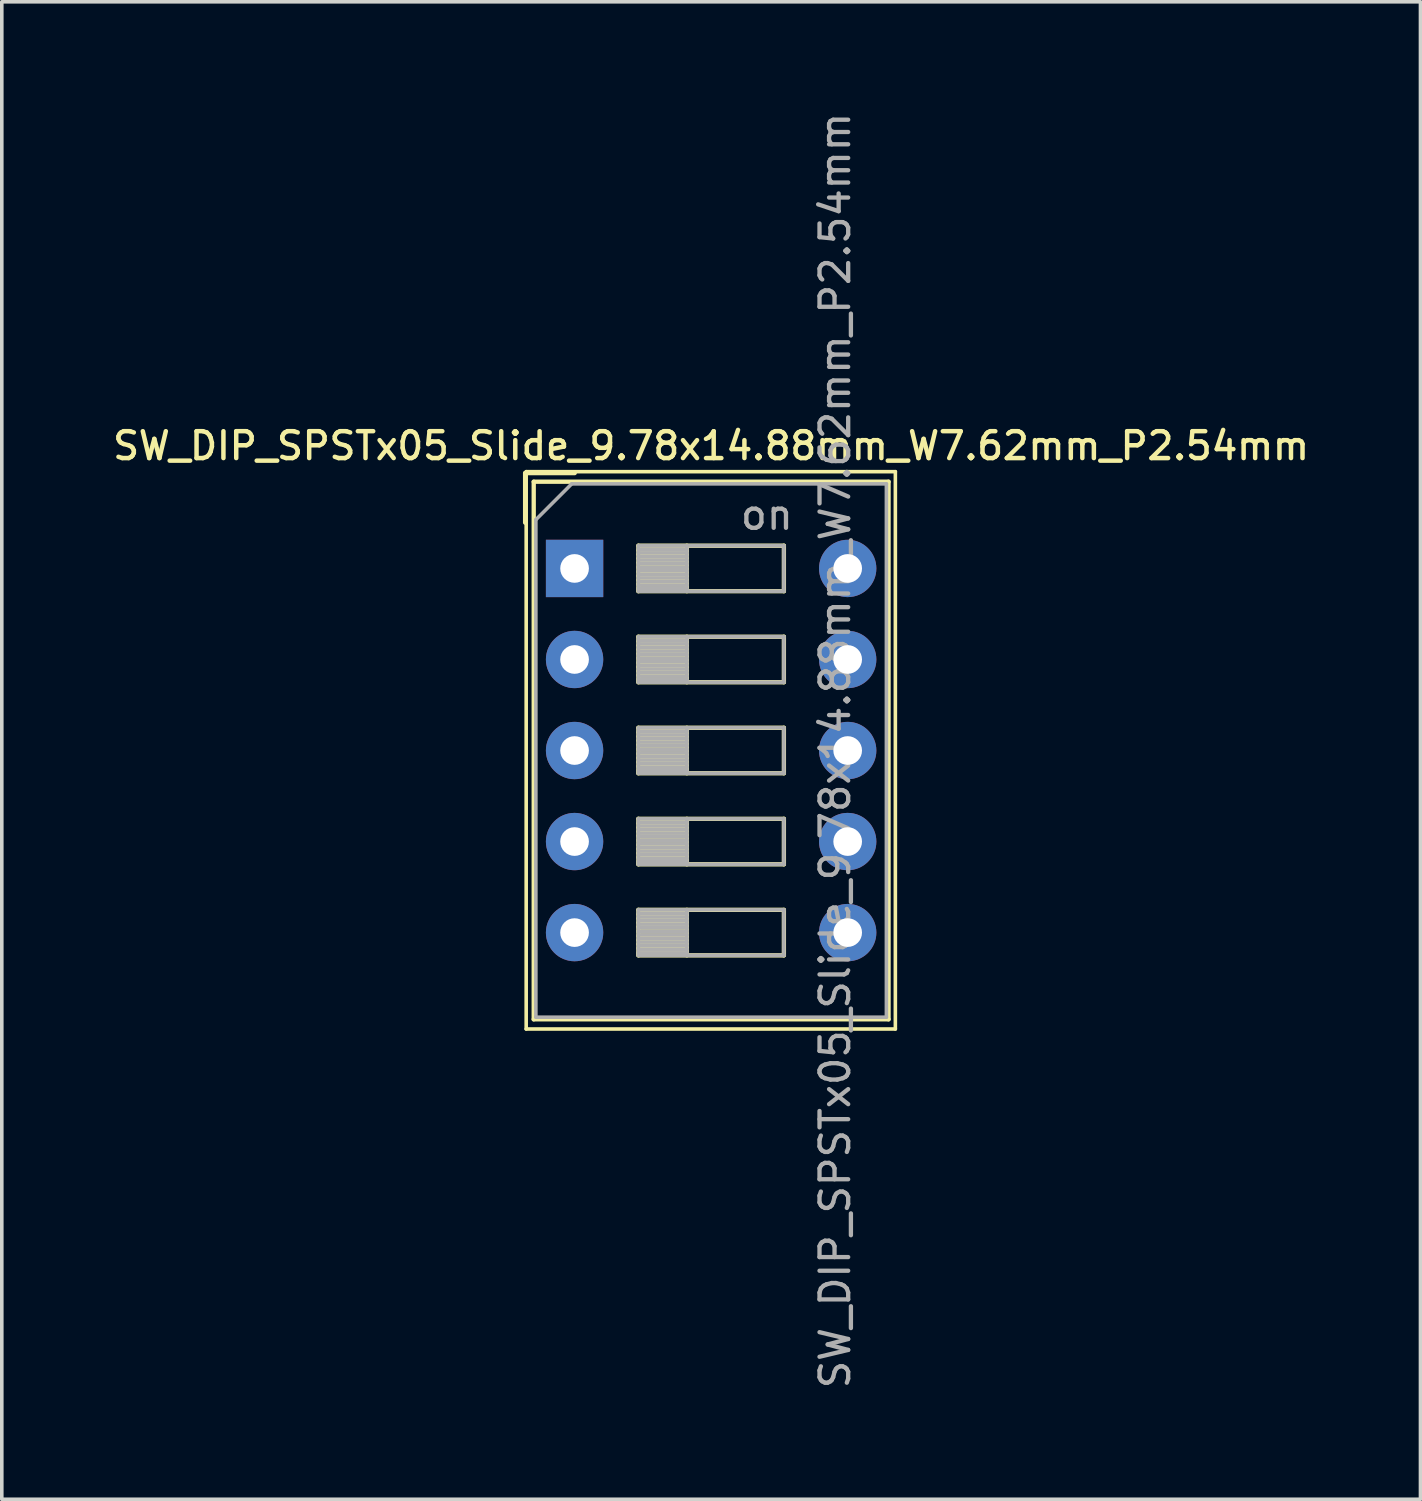
<source format=kicad_pcb>
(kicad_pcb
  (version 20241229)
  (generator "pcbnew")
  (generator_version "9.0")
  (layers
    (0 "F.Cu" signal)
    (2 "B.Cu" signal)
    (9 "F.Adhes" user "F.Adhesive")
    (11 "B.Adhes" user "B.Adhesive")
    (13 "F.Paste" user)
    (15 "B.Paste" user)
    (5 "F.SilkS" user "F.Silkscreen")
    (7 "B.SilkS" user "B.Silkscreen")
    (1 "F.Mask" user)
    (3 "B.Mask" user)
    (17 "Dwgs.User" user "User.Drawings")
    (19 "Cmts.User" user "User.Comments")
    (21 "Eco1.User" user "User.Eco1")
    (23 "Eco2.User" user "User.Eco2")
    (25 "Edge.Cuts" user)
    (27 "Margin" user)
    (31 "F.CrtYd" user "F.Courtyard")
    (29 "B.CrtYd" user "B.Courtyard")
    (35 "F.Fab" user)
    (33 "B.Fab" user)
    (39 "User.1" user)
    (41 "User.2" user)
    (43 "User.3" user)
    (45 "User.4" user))
  (footprint "SW_DIP_SPSTx05_Slide_9.78x14.88mm_W7.62mm_P2.54mm"
    (layer "F.Cu")
    (at 12.981 12.81)
    (property "Reference" "SW_DIP_SPSTx05_Slide_9.78x14.88mm_W7.62mm_P2.54mm" (at 3.81 -3.42 0) (layer "F.SilkS") (effects (font (size 0.75 0.75) (thickness 0.125))))
    (attr through_hole)
    (fp_line (start -1.38 -2.66) (end -1.38 -1.277) (stroke (width 0.12) (type solid)) (layer "F.SilkS"))
    (fp_line (start -1.38 -2.66) (end 0.004 -2.66) (stroke (width 0.12) (type solid)) (layer "F.SilkS"))
    (fp_line (start -1.35 -2.7) (end -1.35 12.85) (stroke (width 0.1) (type solid)) (layer "F.SilkS"))
    (fp_line (start -1.35 12.85) (end 8.95 12.85) (stroke (width 0.1) (type solid)) (layer "F.SilkS"))
    (fp_line (start -1.14 -2.42) (end -1.14 12.58) (stroke (width 0.12) (type solid)) (layer "F.SilkS"))
    (fp_line (start -1.14 -2.42) (end 8.76 -2.42) (stroke (width 0.12) (type solid)) (layer "F.SilkS"))
    (fp_line (start -1.14 12.58) (end 8.76 12.58) (stroke (width 0.12) (type solid)) (layer "F.SilkS"))
    (fp_line (start 1.78 -0.635) (end 1.78 0.635) (stroke (width 0.12) (type solid)) (layer "F.SilkS"))
    (fp_line (start 1.78 -0.515) (end 3.133 -0.515) (stroke (width 0.12) (type solid)) (layer "F.SilkS"))
    (fp_line (start 1.78 -0.395) (end 3.133 -0.395) (stroke (width 0.12) (type solid)) (layer "F.SilkS"))
    (fp_line (start 1.78 -0.275) (end 3.133 -0.275) (stroke (width 0.12) (type solid)) (layer "F.SilkS"))
    (fp_line (start 1.78 -0.155) (end 3.133 -0.155) (stroke (width 0.12) (type solid)) (layer "F.SilkS"))
    (fp_line (start 1.78 -0.035) (end 3.133 -0.035) (stroke (width 0.12) (type solid)) (layer "F.SilkS"))
    (fp_line (start 1.78 0.085) (end 3.133 0.085) (stroke (width 0.12) (type solid)) (layer "F.SilkS"))
    (fp_line (start 1.78 0.205) (end 3.133 0.205) (stroke (width 0.12) (type solid)) (layer "F.SilkS"))
    (fp_line (start 1.78 0.325) (end 3.133 0.325) (stroke (width 0.12) (type solid)) (layer "F.SilkS"))
    (fp_line (start 1.78 0.445) (end 3.133 0.445) (stroke (width 0.12) (type solid)) (layer "F.SilkS"))
    (fp_line (start 1.78 0.565) (end 3.133 0.565) (stroke (width 0.12) (type solid)) (layer "F.SilkS"))
    (fp_line (start 1.78 0.635) (end 5.84 0.635) (stroke (width 0.12) (type solid)) (layer "F.SilkS"))
    (fp_line (start 1.78 1.905) (end 1.78 3.175) (stroke (width 0.12) (type solid)) (layer "F.SilkS"))
    (fp_line (start 1.78 2.025) (end 3.133 2.025) (stroke (width 0.12) (type solid)) (layer "F.SilkS"))
    (fp_line (start 1.78 2.145) (end 3.133 2.145) (stroke (width 0.12) (type solid)) (layer "F.SilkS"))
    (fp_line (start 1.78 2.265) (end 3.133 2.265) (stroke (width 0.12) (type solid)) (layer "F.SilkS"))
    (fp_line (start 1.78 2.385) (end 3.133 2.385) (stroke (width 0.12) (type solid)) (layer "F.SilkS"))
    (fp_line (start 1.78 2.505) (end 3.133 2.505) (stroke (width 0.12) (type solid)) (layer "F.SilkS"))
    (fp_line (start 1.78 2.625) (end 3.133 2.625) (stroke (width 0.12) (type solid)) (layer "F.SilkS"))
    (fp_line (start 1.78 2.745) (end 3.133 2.745) (stroke (width 0.12) (type solid)) (layer "F.SilkS"))
    (fp_line (start 1.78 2.865) (end 3.133 2.865) (stroke (width 0.12) (type solid)) (layer "F.SilkS"))
    (fp_line (start 1.78 2.985) (end 3.133 2.985) (stroke (width 0.12) (type solid)) (layer "F.SilkS"))
    (fp_line (start 1.78 3.105) (end 3.133 3.105) (stroke (width 0.12) (type solid)) (layer "F.SilkS"))
    (fp_line (start 1.78 3.175) (end 5.84 3.175) (stroke (width 0.12) (type solid)) (layer "F.SilkS"))
    (fp_line (start 1.78 4.445) (end 1.78 5.715) (stroke (width 0.12) (type solid)) (layer "F.SilkS"))
    (fp_line (start 1.78 4.565) (end 3.133 4.565) (stroke (width 0.12) (type solid)) (layer "F.SilkS"))
    (fp_line (start 1.78 4.685) (end 3.133 4.685) (stroke (width 0.12) (type solid)) (layer "F.SilkS"))
    (fp_line (start 1.78 4.805) (end 3.133 4.805) (stroke (width 0.12) (type solid)) (layer "F.SilkS"))
    (fp_line (start 1.78 4.925) (end 3.133 4.925) (stroke (width 0.12) (type solid)) (layer "F.SilkS"))
    (fp_line (start 1.78 5.045) (end 3.133 5.045) (stroke (width 0.12) (type solid)) (layer "F.SilkS"))
    (fp_line (start 1.78 5.165) (end 3.133 5.165) (stroke (width 0.12) (type solid)) (layer "F.SilkS"))
    (fp_line (start 1.78 5.285) (end 3.133 5.285) (stroke (width 0.12) (type solid)) (layer "F.SilkS"))
    (fp_line (start 1.78 5.405) (end 3.133 5.405) (stroke (width 0.12) (type solid)) (layer "F.SilkS"))
    (fp_line (start 1.78 5.525) (end 3.133 5.525) (stroke (width 0.12) (type solid)) (layer "F.SilkS"))
    (fp_line (start 1.78 5.645) (end 3.133 5.645) (stroke (width 0.12) (type solid)) (layer "F.SilkS"))
    (fp_line (start 1.78 5.715) (end 5.84 5.715) (stroke (width 0.12) (type solid)) (layer "F.SilkS"))
    (fp_line (start 1.78 6.985) (end 1.78 8.255) (stroke (width 0.12) (type solid)) (layer "F.SilkS"))
    (fp_line (start 1.78 7.105) (end 3.133 7.105) (stroke (width 0.12) (type solid)) (layer "F.SilkS"))
    (fp_line (start 1.78 7.225) (end 3.133 7.225) (stroke (width 0.12) (type solid)) (layer "F.SilkS"))
    (fp_line (start 1.78 7.345) (end 3.133 7.345) (stroke (width 0.12) (type solid)) (layer "F.SilkS"))
    (fp_line (start 1.78 7.465) (end 3.133 7.465) (stroke (width 0.12) (type solid)) (layer "F.SilkS"))
    (fp_line (start 1.78 7.585) (end 3.133 7.585) (stroke (width 0.12) (type solid)) (layer "F.SilkS"))
    (fp_line (start 1.78 7.705) (end 3.133 7.705) (stroke (width 0.12) (type solid)) (layer "F.SilkS"))
    (fp_line (start 1.78 7.825) (end 3.133 7.825) (stroke (width 0.12) (type solid)) (layer "F.SilkS"))
    (fp_line (start 1.78 7.945) (end 3.133 7.945) (stroke (width 0.12) (type solid)) (layer "F.SilkS"))
    (fp_line (start 1.78 8.065) (end 3.133 8.065) (stroke (width 0.12) (type solid)) (layer "F.SilkS"))
    (fp_line (start 1.78 8.185) (end 3.133 8.185) (stroke (width 0.12) (type solid)) (layer "F.SilkS"))
    (fp_line (start 1.78 8.255) (end 5.84 8.255) (stroke (width 0.12) (type solid)) (layer "F.SilkS"))
    (fp_line (start 1.78 9.525) (end 1.78 10.795) (stroke (width 0.12) (type solid)) (layer "F.SilkS"))
    (fp_line (start 1.78 9.645) (end 3.133 9.645) (stroke (width 0.12) (type solid)) (layer "F.SilkS"))
    (fp_line (start 1.78 9.765) (end 3.133 9.765) (stroke (width 0.12) (type solid)) (layer "F.SilkS"))
    (fp_line (start 1.78 9.885) (end 3.133 9.885) (stroke (width 0.12) (type solid)) (layer "F.SilkS"))
    (fp_line (start 1.78 10.005) (end 3.133 10.005) (stroke (width 0.12) (type solid)) (layer "F.SilkS"))
    (fp_line (start 1.78 10.125) (end 3.133 10.125) (stroke (width 0.12) (type solid)) (layer "F.SilkS"))
    (fp_line (start 1.78 10.245) (end 3.133 10.245) (stroke (width 0.12) (type solid)) (layer "F.SilkS"))
    (fp_line (start 1.78 10.365) (end 3.133 10.365) (stroke (width 0.12) (type solid)) (layer "F.SilkS"))
    (fp_line (start 1.78 10.485) (end 3.133 10.485) (stroke (width 0.12) (type solid)) (layer "F.SilkS"))
    (fp_line (start 1.78 10.605) (end 3.133 10.605) (stroke (width 0.12) (type solid)) (layer "F.SilkS"))
    (fp_line (start 1.78 10.725) (end 3.133 10.725) (stroke (width 0.12) (type solid)) (layer "F.SilkS"))
    (fp_line (start 1.78 10.795) (end 5.84 10.795) (stroke (width 0.12) (type solid)) (layer "F.SilkS"))
    (fp_line (start 3.133 -0.635) (end 3.133 0.635) (stroke (width 0.12) (type solid)) (layer "F.SilkS"))
    (fp_line (start 3.133 1.905) (end 3.133 3.175) (stroke (width 0.12) (type solid)) (layer "F.SilkS"))
    (fp_line (start 3.133 4.445) (end 3.133 5.715) (stroke (width 0.12) (type solid)) (layer "F.SilkS"))
    (fp_line (start 3.133 6.985) (end 3.133 8.255) (stroke (width 0.12) (type solid)) (layer "F.SilkS"))
    (fp_line (start 3.133 9.525) (end 3.133 10.795) (stroke (width 0.12) (type solid)) (layer "F.SilkS"))
    (fp_line (start 5.84 -0.635) (end 1.78 -0.635) (stroke (width 0.12) (type solid)) (layer "F.SilkS"))
    (fp_line (start 5.84 0.635) (end 5.84 -0.635) (stroke (width 0.12) (type solid)) (layer "F.SilkS"))
    (fp_line (start 5.84 1.905) (end 1.78 1.905) (stroke (width 0.12) (type solid)) (layer "F.SilkS"))
    (fp_line (start 5.84 3.175) (end 5.84 1.905) (stroke (width 0.12) (type solid)) (layer "F.SilkS"))
    (fp_line (start 5.84 4.445) (end 1.78 4.445) (stroke (width 0.12) (type solid)) (layer "F.SilkS"))
    (fp_line (start 5.84 5.715) (end 5.84 4.445) (stroke (width 0.12) (type solid)) (layer "F.SilkS"))
    (fp_line (start 5.84 6.985) (end 1.78 6.985) (stroke (width 0.12) (type solid)) (layer "F.SilkS"))
    (fp_line (start 5.84 8.255) (end 5.84 6.985) (stroke (width 0.12) (type solid)) (layer "F.SilkS"))
    (fp_line (start 5.84 9.525) (end 1.78 9.525) (stroke (width 0.12) (type solid)) (layer "F.SilkS"))
    (fp_line (start 5.84 10.795) (end 5.84 9.525) (stroke (width 0.12) (type solid)) (layer "F.SilkS"))
    (fp_line (start 8.76 -2.42) (end 8.76 12.58) (stroke (width 0.12) (type solid)) (layer "F.SilkS"))
    (fp_line (start 8.95 -2.7) (end -1.35 -2.7) (stroke (width 0.1) (type solid)) (layer "F.SilkS"))
    (fp_line (start 8.95 12.85) (end 8.95 -2.7) (stroke (width 0.1) (type solid)) (layer "F.SilkS"))
    (fp_line (start -1.08 -1.36) (end -0.08 -2.36) (stroke (width 0.1) (type solid)) (layer "F.Fab"))
    (fp_line (start -1.08 12.52) (end -1.08 -1.36) (stroke (width 0.1) (type solid)) (layer "F.Fab"))
    (fp_line (start -0.08 -2.36) (end 8.7 -2.36) (stroke (width 0.1) (type solid)) (layer "F.Fab"))
    (fp_line (start 1.78 -0.635) (end 1.78 0.635) (stroke (width 0.1) (type solid)) (layer "F.Fab"))
    (fp_line (start 1.78 -0.535) (end 3.133 -0.535) (stroke (width 0.1) (type solid)) (layer "F.Fab"))
    (fp_line (start 1.78 -0.435) (end 3.133 -0.435) (stroke (width 0.1) (type solid)) (layer "F.Fab"))
    (fp_line (start 1.78 -0.335) (end 3.133 -0.335) (stroke (width 0.1) (type solid)) (layer "F.Fab"))
    (fp_line (start 1.78 -0.235) (end 3.133 -0.235) (stroke (width 0.1) (type solid)) (layer "F.Fab"))
    (fp_line (start 1.78 -0.135) (end 3.133 -0.135) (stroke (width 0.1) (type solid)) (layer "F.Fab"))
    (fp_line (start 1.78 -0.035) (end 3.133 -0.035) (stroke (width 0.1) (type solid)) (layer "F.Fab"))
    (fp_line (start 1.78 0.065) (end 3.133 0.065) (stroke (width 0.1) (type solid)) (layer "F.Fab"))
    (fp_line (start 1.78 0.165) (end 3.133 0.165) (stroke (width 0.1) (type solid)) (layer "F.Fab"))
    (fp_line (start 1.78 0.265) (end 3.133 0.265) (stroke (width 0.1) (type solid)) (layer "F.Fab"))
    (fp_line (start 1.78 0.365) (end 3.133 0.365) (stroke (width 0.1) (type solid)) (layer "F.Fab"))
    (fp_line (start 1.78 0.465) (end 3.133 0.465) (stroke (width 0.1) (type solid)) (layer "F.Fab"))
    (fp_line (start 1.78 0.565) (end 3.133 0.565) (stroke (width 0.1) (type solid)) (layer "F.Fab"))
    (fp_line (start 1.78 0.635) (end 5.84 0.635) (stroke (width 0.1) (type solid)) (layer "F.Fab"))
    (fp_line (start 1.78 1.905) (end 1.78 3.175) (stroke (width 0.1) (type solid)) (layer "F.Fab"))
    (fp_line (start 1.78 2.005) (end 3.133 2.005) (stroke (width 0.1) (type solid)) (layer "F.Fab"))
    (fp_line (start 1.78 2.105) (end 3.133 2.105) (stroke (width 0.1) (type solid)) (layer "F.Fab"))
    (fp_line (start 1.78 2.205) (end 3.133 2.205) (stroke (width 0.1) (type solid)) (layer "F.Fab"))
    (fp_line (start 1.78 2.305) (end 3.133 2.305) (stroke (width 0.1) (type solid)) (layer "F.Fab"))
    (fp_line (start 1.78 2.405) (end 3.133 2.405) (stroke (width 0.1) (type solid)) (layer "F.Fab"))
    (fp_line (start 1.78 2.505) (end 3.133 2.505) (stroke (width 0.1) (type solid)) (layer "F.Fab"))
    (fp_line (start 1.78 2.605) (end 3.133 2.605) (stroke (width 0.1) (type solid)) (layer "F.Fab"))
    (fp_line (start 1.78 2.705) (end 3.133 2.705) (stroke (width 0.1) (type solid)) (layer "F.Fab"))
    (fp_line (start 1.78 2.805) (end 3.133 2.805) (stroke (width 0.1) (type solid)) (layer "F.Fab"))
    (fp_line (start 1.78 2.905) (end 3.133 2.905) (stroke (width 0.1) (type solid)) (layer "F.Fab"))
    (fp_line (start 1.78 3.005) (end 3.133 3.005) (stroke (width 0.1) (type solid)) (layer "F.Fab"))
    (fp_line (start 1.78 3.105) (end 3.133 3.105) (stroke (width 0.1) (type solid)) (layer "F.Fab"))
    (fp_line (start 1.78 3.175) (end 5.84 3.175) (stroke (width 0.1) (type solid)) (layer "F.Fab"))
    (fp_line (start 1.78 4.445) (end 1.78 5.715) (stroke (width 0.1) (type solid)) (layer "F.Fab"))
    (fp_line (start 1.78 4.545) (end 3.133 4.545) (stroke (width 0.1) (type solid)) (layer "F.Fab"))
    (fp_line (start 1.78 4.645) (end 3.133 4.645) (stroke (width 0.1) (type solid)) (layer "F.Fab"))
    (fp_line (start 1.78 4.745) (end 3.133 4.745) (stroke (width 0.1) (type solid)) (layer "F.Fab"))
    (fp_line (start 1.78 4.845) (end 3.133 4.845) (stroke (width 0.1) (type solid)) (layer "F.Fab"))
    (fp_line (start 1.78 4.945) (end 3.133 4.945) (stroke (width 0.1) (type solid)) (layer "F.Fab"))
    (fp_line (start 1.78 5.045) (end 3.133 5.045) (stroke (width 0.1) (type solid)) (layer "F.Fab"))
    (fp_line (start 1.78 5.145) (end 3.133 5.145) (stroke (width 0.1) (type solid)) (layer "F.Fab"))
    (fp_line (start 1.78 5.245) (end 3.133 5.245) (stroke (width 0.1) (type solid)) (layer "F.Fab"))
    (fp_line (start 1.78 5.345) (end 3.133 5.345) (stroke (width 0.1) (type solid)) (layer "F.Fab"))
    (fp_line (start 1.78 5.445) (end 3.133 5.445) (stroke (width 0.1) (type solid)) (layer "F.Fab"))
    (fp_line (start 1.78 5.545) (end 3.133 5.545) (stroke (width 0.1) (type solid)) (layer "F.Fab"))
    (fp_line (start 1.78 5.645) (end 3.133 5.645) (stroke (width 0.1) (type solid)) (layer "F.Fab"))
    (fp_line (start 1.78 5.715) (end 5.84 5.715) (stroke (width 0.1) (type solid)) (layer "F.Fab"))
    (fp_line (start 1.78 6.985) (end 1.78 8.255) (stroke (width 0.1) (type solid)) (layer "F.Fab"))
    (fp_line (start 1.78 7.085) (end 3.133 7.085) (stroke (width 0.1) (type solid)) (layer "F.Fab"))
    (fp_line (start 1.78 7.185) (end 3.133 7.185) (stroke (width 0.1) (type solid)) (layer "F.Fab"))
    (fp_line (start 1.78 7.285) (end 3.133 7.285) (stroke (width 0.1) (type solid)) (layer "F.Fab"))
    (fp_line (start 1.78 7.385) (end 3.133 7.385) (stroke (width 0.1) (type solid)) (layer "F.Fab"))
    (fp_line (start 1.78 7.485) (end 3.133 7.485) (stroke (width 0.1) (type solid)) (layer "F.Fab"))
    (fp_line (start 1.78 7.585) (end 3.133 7.585) (stroke (width 0.1) (type solid)) (layer "F.Fab"))
    (fp_line (start 1.78 7.685) (end 3.133 7.685) (stroke (width 0.1) (type solid)) (layer "F.Fab"))
    (fp_line (start 1.78 7.785) (end 3.133 7.785) (stroke (width 0.1) (type solid)) (layer "F.Fab"))
    (fp_line (start 1.78 7.885) (end 3.133 7.885) (stroke (width 0.1) (type solid)) (layer "F.Fab"))
    (fp_line (start 1.78 7.985) (end 3.133 7.985) (stroke (width 0.1) (type solid)) (layer "F.Fab"))
    (fp_line (start 1.78 8.085) (end 3.133 8.085) (stroke (width 0.1) (type solid)) (layer "F.Fab"))
    (fp_line (start 1.78 8.185) (end 3.133 8.185) (stroke (width 0.1) (type solid)) (layer "F.Fab"))
    (fp_line (start 1.78 8.255) (end 5.84 8.255) (stroke (width 0.1) (type solid)) (layer "F.Fab"))
    (fp_line (start 1.78 9.525) (end 1.78 10.795) (stroke (width 0.1) (type solid)) (layer "F.Fab"))
    (fp_line (start 1.78 9.625) (end 3.133 9.625) (stroke (width 0.1) (type solid)) (layer "F.Fab"))
    (fp_line (start 1.78 9.725) (end 3.133 9.725) (stroke (width 0.1) (type solid)) (layer "F.Fab"))
    (fp_line (start 1.78 9.825) (end 3.133 9.825) (stroke (width 0.1) (type solid)) (layer "F.Fab"))
    (fp_line (start 1.78 9.925) (end 3.133 9.925) (stroke (width 0.1) (type solid)) (layer "F.Fab"))
    (fp_line (start 1.78 10.025) (end 3.133 10.025) (stroke (width 0.1) (type solid)) (layer "F.Fab"))
    (fp_line (start 1.78 10.125) (end 3.133 10.125) (stroke (width 0.1) (type solid)) (layer "F.Fab"))
    (fp_line (start 1.78 10.225) (end 3.133 10.225) (stroke (width 0.1) (type solid)) (layer "F.Fab"))
    (fp_line (start 1.78 10.325) (end 3.133 10.325) (stroke (width 0.1) (type solid)) (layer "F.Fab"))
    (fp_line (start 1.78 10.425) (end 3.133 10.425) (stroke (width 0.1) (type solid)) (layer "F.Fab"))
    (fp_line (start 1.78 10.525) (end 3.133 10.525) (stroke (width 0.1) (type solid)) (layer "F.Fab"))
    (fp_line (start 1.78 10.625) (end 3.133 10.625) (stroke (width 0.1) (type solid)) (layer "F.Fab"))
    (fp_line (start 1.78 10.725) (end 3.133 10.725) (stroke (width 0.1) (type solid)) (layer "F.Fab"))
    (fp_line (start 1.78 10.795) (end 5.84 10.795) (stroke (width 0.1) (type solid)) (layer "F.Fab"))
    (fp_line (start 3.133 -0.635) (end 3.133 0.635) (stroke (width 0.1) (type solid)) (layer "F.Fab"))
    (fp_line (start 3.133 1.905) (end 3.133 3.175) (stroke (width 0.1) (type solid)) (layer "F.Fab"))
    (fp_line (start 3.133 4.445) (end 3.133 5.715) (stroke (width 0.1) (type solid)) (layer "F.Fab"))
    (fp_line (start 3.133 6.985) (end 3.133 8.255) (stroke (width 0.1) (type solid)) (layer "F.Fab"))
    (fp_line (start 3.133 9.525) (end 3.133 10.795) (stroke (width 0.1) (type solid)) (layer "F.Fab"))
    (fp_line (start 5.84 -0.635) (end 1.78 -0.635) (stroke (width 0.1) (type solid)) (layer "F.Fab"))
    (fp_line (start 5.84 0.635) (end 5.84 -0.635) (stroke (width 0.1) (type solid)) (layer "F.Fab"))
    (fp_line (start 5.84 1.905) (end 1.78 1.905) (stroke (width 0.1) (type solid)) (layer "F.Fab"))
    (fp_line (start 5.84 3.175) (end 5.84 1.905) (stroke (width 0.1) (type solid)) (layer "F.Fab"))
    (fp_line (start 5.84 4.445) (end 1.78 4.445) (stroke (width 0.1) (type solid)) (layer "F.Fab"))
    (fp_line (start 5.84 5.715) (end 5.84 4.445) (stroke (width 0.1) (type solid)) (layer "F.Fab"))
    (fp_line (start 5.84 6.985) (end 1.78 6.985) (stroke (width 0.1) (type solid)) (layer "F.Fab"))
    (fp_line (start 5.84 8.255) (end 5.84 6.985) (stroke (width 0.1) (type solid)) (layer "F.Fab"))
    (fp_line (start 5.84 9.525) (end 1.78 9.525) (stroke (width 0.1) (type solid)) (layer "F.Fab"))
    (fp_line (start 5.84 10.795) (end 5.84 9.525) (stroke (width 0.1) (type solid)) (layer "F.Fab"))
    (fp_line (start 8.7 -2.36) (end 8.7 12.52) (stroke (width 0.1) (type solid)) (layer "F.Fab"))
    (fp_line (start 8.7 12.52) (end -1.08 12.52) (stroke (width 0.1) (type solid)) (layer "F.Fab"))
    (fp_text user "on" (at 5.365 -1.498 0) (layer "F.Fab") (effects (font (size 0.8 0.8) (thickness 0.12))))
    (fp_text user "${REFERENCE}" (at 7.27 5.08 90) (layer "F.Fab") (effects (font (size 0.8 0.8) (thickness 0.12))))
    (pad "1" thru_hole rect (at 0 0) (size 1.6 1.6) (drill 0.8) (layers "*.Cu" "*.Mask"))
    (pad "2" thru_hole oval (at 0 2.54) (size 1.6 1.6) (drill 0.8) (layers "*.Cu" "*.Mask"))
    (pad "3" thru_hole oval (at 0 5.08) (size 1.6 1.6) (drill 0.8) (layers "*.Cu" "*.Mask"))
    (pad "4" thru_hole oval (at 0 7.62) (size 1.6 1.6) (drill 0.8) (layers "*.Cu" "*.Mask"))
    (pad "5" thru_hole oval (at 0 10.16) (size 1.6 1.6) (drill 0.8) (layers "*.Cu" "*.Mask"))
    (pad "6" thru_hole oval (at 7.62 10.16) (size 1.6 1.6) (drill 0.8) (layers "*.Cu" "*.Mask"))
    (pad "7" thru_hole oval (at 7.62 7.62) (size 1.6 1.6) (drill 0.8) (layers "*.Cu" "*.Mask"))
    (pad "8" thru_hole oval (at 7.62 5.08) (size 1.6 1.6) (drill 0.8) (layers "*.Cu" "*.Mask"))
    (pad "9" thru_hole oval (at 7.62 2.54) (size 1.6 1.6) (drill 0.8) (layers "*.Cu" "*.Mask"))
    (pad "10" thru_hole oval (at 7.62 0) (size 1.6 1.6) (drill 0.8) (layers "*.Cu" "*.Mask")))
  (gr_rect
    (start -3 -3)
    (end 36.582 38.781)
    (stroke (width 0.1) (type default))
    (fill no)
    (layer "Edge.Cuts")))
</source>
